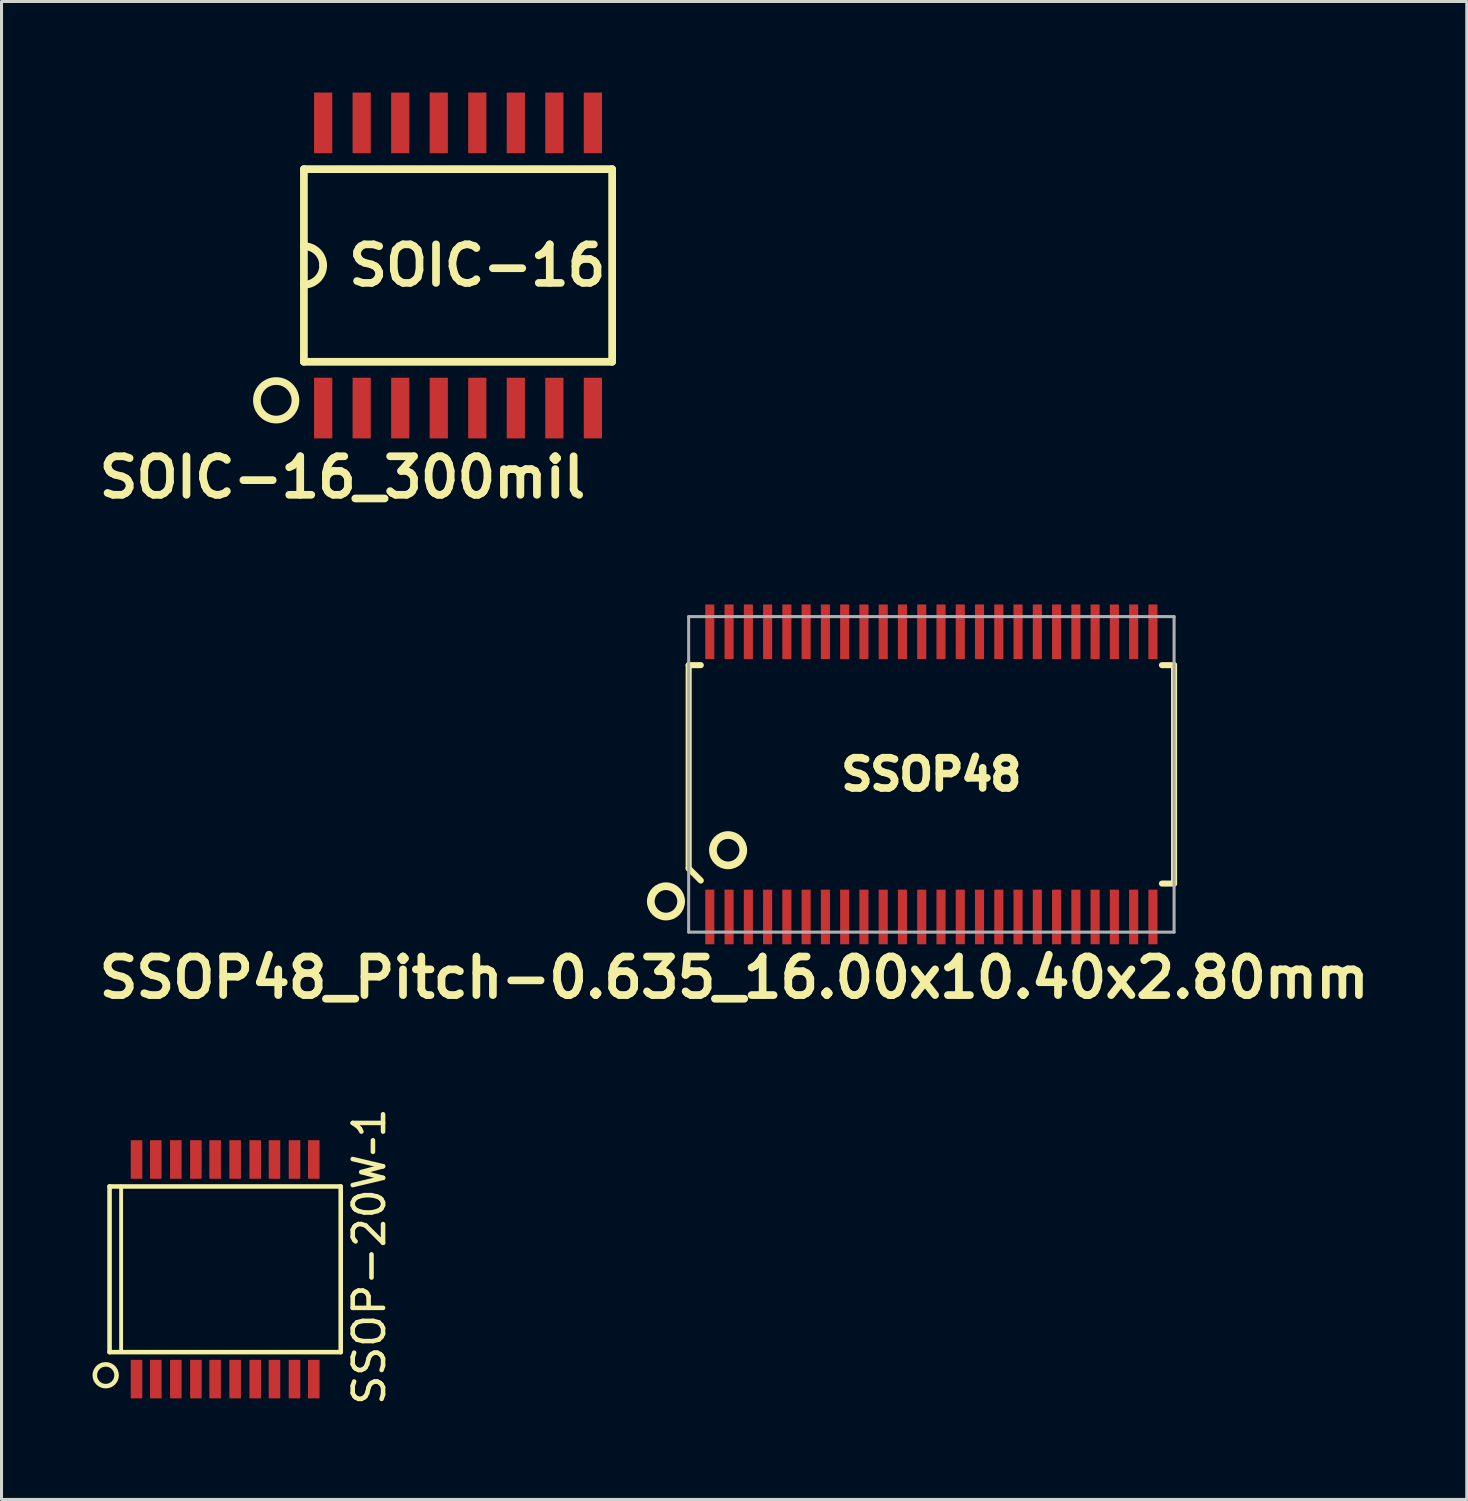
<source format=kicad_pcb>
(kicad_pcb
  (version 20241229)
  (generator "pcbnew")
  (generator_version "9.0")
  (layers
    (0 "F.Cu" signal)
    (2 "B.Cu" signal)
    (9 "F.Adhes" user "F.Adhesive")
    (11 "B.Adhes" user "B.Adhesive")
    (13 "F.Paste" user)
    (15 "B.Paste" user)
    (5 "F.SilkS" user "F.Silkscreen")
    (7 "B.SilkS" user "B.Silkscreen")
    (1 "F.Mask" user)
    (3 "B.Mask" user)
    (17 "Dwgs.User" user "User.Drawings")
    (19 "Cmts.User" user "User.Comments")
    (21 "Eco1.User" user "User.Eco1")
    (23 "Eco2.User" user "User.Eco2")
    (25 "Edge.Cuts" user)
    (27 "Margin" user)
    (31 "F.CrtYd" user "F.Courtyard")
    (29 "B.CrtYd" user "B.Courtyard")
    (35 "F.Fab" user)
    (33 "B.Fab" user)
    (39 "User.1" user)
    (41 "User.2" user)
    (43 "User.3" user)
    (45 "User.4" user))
  (footprint "SOIC-16_300mil"
    (layer "F.Cu")
    (at 12.047 5.7)
    (property "Reference" "SOIC-16_300mil" (at -3.81 6.985 0) (layer "F.SilkS") (effects (font (size 1.27 1.27) (thickness 0.254))))
    (attr smd)
    (fp_line (start -5.08 -3.175) (end 5.08 -3.175) (stroke (width 0.254) (type solid)) (layer "F.SilkS"))
    (fp_line (start -5.08 3.175) (end -5.08 -3.175) (stroke (width 0.254) (type solid)) (layer "F.SilkS"))
    (fp_line (start 5.08 -3.175) (end 5.08 3.175) (stroke (width 0.254) (type solid)) (layer "F.SilkS"))
    (fp_line (start 5.08 3.175) (end -5.08 3.175) (stroke (width 0.254) (type solid)) (layer "F.SilkS"))
    (fp_arc (start -5.08 -0.635) (mid -4.630987 -0.449013) (end -4.445 0) (stroke (width 0.254) (type solid)) (layer "F.SilkS"))
    (fp_arc (start -4.445 0) (mid -4.630987 0.449013) (end -5.08 0.635) (stroke (width 0.254) (type solid)) (layer "F.SilkS"))
    (fp_circle (center -5.994 4.445) (end -5.994 3.81) (stroke (width 0.254) (type solid)) (fill no) (layer "F.SilkS"))
    (fp_text user "SOIC-16" (at 0.635 0 0) (layer "F.SilkS") (effects (font (size 1.27 1.27) (thickness 0.254))))
    (pad "1" smd rect (at -4.445 4.7 90) (size 2 0.6) (layers "F.Cu" "F.Mask" "F.Paste"))
    (pad "2" smd rect (at -3.175 4.7 90) (size 2 0.6) (layers "F.Cu" "F.Mask" "F.Paste"))
    (pad "3" smd rect (at -1.905 4.7 90) (size 2 0.6) (layers "F.Cu" "F.Mask" "F.Paste"))
    (pad "4" smd rect (at -0.635 4.7 90) (size 2 0.6) (layers "F.Cu" "F.Mask" "F.Paste"))
    (pad "5" smd rect (at 0.635 4.7 90) (size 2 0.6) (layers "F.Cu" "F.Mask" "F.Paste"))
    (pad "6" smd rect (at 1.905 4.7 90) (size 2 0.6) (layers "F.Cu" "F.Mask" "F.Paste"))
    (pad "7" smd rect (at 3.175 4.7 90) (size 2 0.6) (layers "F.Cu" "F.Mask" "F.Paste"))
    (pad "8" smd rect (at 4.445 4.7 90) (size 2 0.6) (layers "F.Cu" "F.Mask" "F.Paste"))
    (pad "9" smd rect (at 4.445 -4.7 90) (size 2 0.6) (layers "F.Cu" "F.Mask" "F.Paste"))
    (pad "10" smd rect (at 3.175 -4.7 90) (size 2 0.6) (layers "F.Cu" "F.Mask" "F.Paste"))
    (pad "11" smd rect (at 1.905 -4.7 90) (size 2 0.6) (layers "F.Cu" "F.Mask" "F.Paste"))
    (pad "12" smd rect (at 0.635 -4.7 90) (size 2 0.6) (layers "F.Cu" "F.Mask" "F.Paste"))
    (pad "13" smd rect (at -0.635 -4.7 90) (size 2 0.6) (layers "F.Cu" "F.Mask" "F.Paste"))
    (pad "14" smd rect (at -1.905 -4.7 90) (size 2 0.6) (layers "F.Cu" "F.Mask" "F.Paste"))
    (pad "15" smd rect (at -3.175 -4.7 90) (size 2 0.6) (layers "F.Cu" "F.Mask" "F.Paste"))
    (pad "16" smd rect (at -4.445 -4.7 90) (size 2 0.6) (layers "F.Cu" "F.Mask" "F.Paste")))
  (footprint "SSOP48_Pitch-0.635_16.00x10.40x2.80mm"
    (layer "F.Cu")
    (at 27.649 22.474)
    (property "Reference" "SSOP48_Pitch-0.635_16.00x10.40x2.80mm" (at -6.5 6.7 0) (layer "F.SilkS") (effects (font (size 1.27 1.27) (thickness 0.254))))
    (attr smd)
    (fp_line (start -8 -3.6) (end -8 3.1) (stroke (width 0.2) (type solid)) (layer "F.SilkS"))
    (fp_line (start -8 3.1) (end -7.6 3.5) (stroke (width 0.2) (type solid)) (layer "F.SilkS"))
    (fp_line (start -7.6 -3.6) (end -8 -3.6) (stroke (width 0.2) (type solid)) (layer "F.SilkS"))
    (fp_line (start 7.6 -3.6) (end 8 -3.6) (stroke (width 0.2) (type solid)) (layer "F.SilkS"))
    (fp_line (start 8 -3.6) (end 8 3.6) (stroke (width 0.2) (type solid)) (layer "F.SilkS"))
    (fp_line (start 8 3.6) (end 7.6 3.6) (stroke (width 0.2) (type solid)) (layer "F.SilkS"))
    (fp_circle (center -8.748 4.187) (end -8.248 4.187) (stroke (width 0.254) (type solid)) (fill no) (layer "F.SilkS"))
    (fp_circle (center -6.7 2.5) (end -6.2 2.5) (stroke (width 0.254) (type solid)) (fill no) (layer "F.SilkS"))
    (fp_line (start -8 -5.2) (end 8 -5.2) (stroke (width 0.1) (type solid)) (layer "F.Fab"))
    (fp_line (start -8 5.2) (end -8 -5.2) (stroke (width 0.1) (type solid)) (layer "F.Fab"))
    (fp_line (start 8 -5.2) (end 8 5.2) (stroke (width 0.1) (type solid)) (layer "F.Fab"))
    (fp_line (start 8 5.2) (end -8 5.2) (stroke (width 0.1) (type solid)) (layer "F.Fab"))
    (fp_text user "SSOP48" (at 0 0 0) (layer "F.SilkS") (effects (font (size 1 1) (thickness 0.25))))
    (pad "1" smd rect (at -7.303 4.7) (size 0.3 1.8) (layers "F.Cu" "F.Mask" "F.Paste"))
    (pad "2" smd rect (at -6.668 4.7) (size 0.3 1.8) (layers "F.Cu" "F.Mask" "F.Paste"))
    (pad "3" smd rect (at -6.032 4.7) (size 0.3 1.8) (layers "F.Cu" "F.Mask" "F.Paste"))
    (pad "4" smd rect (at -5.397 4.7) (size 0.3 1.8) (layers "F.Cu" "F.Mask" "F.Paste"))
    (pad "5" smd rect (at -4.763 4.7) (size 0.3 1.8) (layers "F.Cu" "F.Mask" "F.Paste"))
    (pad "6" smd rect (at -4.128 4.7) (size 0.3 1.8) (layers "F.Cu" "F.Mask" "F.Paste"))
    (pad "7" smd rect (at -3.493 4.7) (size 0.3 1.8) (layers "F.Cu" "F.Mask" "F.Paste"))
    (pad "8" smd rect (at -2.857 4.7) (size 0.3 1.8) (layers "F.Cu" "F.Mask" "F.Paste"))
    (pad "9" smd rect (at -2.223 4.7) (size 0.3 1.8) (layers "F.Cu" "F.Mask" "F.Paste"))
    (pad "10" smd rect (at -1.587 4.7) (size 0.3 1.8) (layers "F.Cu" "F.Mask" "F.Paste"))
    (pad "11" smd rect (at -0.953 4.7) (size 0.3 1.8) (layers "F.Cu" "F.Mask" "F.Paste"))
    (pad "12" smd rect (at -0.318 4.7) (size 0.3 1.8) (layers "F.Cu" "F.Mask" "F.Paste"))
    (pad "13" smd rect (at 0.318 4.7) (size 0.3 1.8) (layers "F.Cu" "F.Mask" "F.Paste"))
    (pad "14" smd rect (at 0.953 4.7) (size 0.3 1.8) (layers "F.Cu" "F.Mask" "F.Paste"))
    (pad "15" smd rect (at 1.587 4.7) (size 0.3 1.8) (layers "F.Cu" "F.Mask" "F.Paste"))
    (pad "16" smd rect (at 2.223 4.7) (size 0.3 1.8) (layers "F.Cu" "F.Mask" "F.Paste"))
    (pad "17" smd rect (at 2.857 4.7) (size 0.3 1.8) (layers "F.Cu" "F.Mask" "F.Paste"))
    (pad "18" smd rect (at 3.493 4.7) (size 0.3 1.8) (layers "F.Cu" "F.Mask" "F.Paste"))
    (pad "19" smd rect (at 4.128 4.7) (size 0.3 1.8) (layers "F.Cu" "F.Mask" "F.Paste"))
    (pad "20" smd rect (at 4.763 4.7) (size 0.3 1.8) (layers "F.Cu" "F.Mask" "F.Paste"))
    (pad "21" smd rect (at 5.397 4.7) (size 0.3 1.8) (layers "F.Cu" "F.Mask" "F.Paste"))
    (pad "22" smd rect (at 6.032 4.7) (size 0.3 1.8) (layers "F.Cu" "F.Mask" "F.Paste"))
    (pad "23" smd rect (at 6.668 4.7) (size 0.3 1.8) (layers "F.Cu" "F.Mask" "F.Paste"))
    (pad "24" smd rect (at 7.303 4.7) (size 0.3 1.8) (layers "F.Cu" "F.Mask" "F.Paste"))
    (pad "25" smd rect (at 7.303 -4.7) (size 0.3 1.8) (layers "F.Cu" "F.Mask" "F.Paste"))
    (pad "26" smd rect (at 6.668 -4.7) (size 0.3 1.8) (layers "F.Cu" "F.Mask" "F.Paste"))
    (pad "27" smd rect (at 6.032 -4.7) (size 0.3 1.8) (layers "F.Cu" "F.Mask" "F.Paste"))
    (pad "28" smd rect (at 5.397 -4.7) (size 0.3 1.8) (layers "F.Cu" "F.Mask" "F.Paste"))
    (pad "29" smd rect (at 4.763 -4.7) (size 0.3 1.8) (layers "F.Cu" "F.Mask" "F.Paste"))
    (pad "30" smd rect (at 4.128 -4.7) (size 0.3 1.8) (layers "F.Cu" "F.Mask" "F.Paste"))
    (pad "31" smd rect (at 3.493 -4.7) (size 0.3 1.8) (layers "F.Cu" "F.Mask" "F.Paste"))
    (pad "32" smd rect (at 2.857 -4.7) (size 0.3 1.8) (layers "F.Cu" "F.Mask" "F.Paste"))
    (pad "33" smd rect (at 2.223 -4.7) (size 0.3 1.8) (layers "F.Cu" "F.Mask" "F.Paste"))
    (pad "34" smd rect (at 1.587 -4.7) (size 0.3 1.8) (layers "F.Cu" "F.Mask" "F.Paste"))
    (pad "35" smd rect (at 0.953 -4.7) (size 0.3 1.8) (layers "F.Cu" "F.Mask" "F.Paste"))
    (pad "36" smd rect (at 0.318 -4.7) (size 0.3 1.8) (layers "F.Cu" "F.Mask" "F.Paste"))
    (pad "37" smd rect (at -0.318 -4.7) (size 0.3 1.8) (layers "F.Cu" "F.Mask" "F.Paste"))
    (pad "38" smd rect (at -0.953 -4.7) (size 0.3 1.8) (layers "F.Cu" "F.Mask" "F.Paste"))
    (pad "39" smd rect (at -1.587 -4.7) (size 0.3 1.8) (layers "F.Cu" "F.Mask" "F.Paste"))
    (pad "40" smd rect (at -2.223 -4.7) (size 0.3 1.8) (layers "F.Cu" "F.Mask" "F.Paste"))
    (pad "41" smd rect (at -2.857 -4.7) (size 0.3 1.8) (layers "F.Cu" "F.Mask" "F.Paste"))
    (pad "42" smd rect (at -3.493 -4.7) (size 0.3 1.8) (layers "F.Cu" "F.Mask" "F.Paste"))
    (pad "43" smd rect (at -4.128 -4.7) (size 0.3 1.8) (layers "F.Cu" "F.Mask" "F.Paste"))
    (pad "44" smd rect (at -4.763 -4.7) (size 0.3 1.8) (layers "F.Cu" "F.Mask" "F.Paste"))
    (pad "45" smd rect (at -5.397 -4.7) (size 0.3 1.8) (layers "F.Cu" "F.Mask" "F.Paste"))
    (pad "46" smd rect (at -6.032 -4.7) (size 0.3 1.8) (layers "F.Cu" "F.Mask" "F.Paste"))
    (pad "47" smd rect (at -6.668 -4.7) (size 0.3 1.8) (layers "F.Cu" "F.Mask" "F.Paste"))
    (pad "48" smd rect (at -7.303 -4.7) (size 0.3 1.8) (layers "F.Cu" "F.Mask" "F.Paste")))
  (footprint "SSOP-20W–1"
    (layer "F.Cu")
    (at 4.371 39.74)
    (property "Reference" "SSOP-20W–1" (at 4.75 -1.372 90) (layer "F.SilkS") (effects (font (size 1 1) (thickness 0.15))))
    (attr smd)
    (fp_line (start -3.81 1.778) (end -3.81 -3.683) (stroke (width 0.15) (type solid)) (layer "F.SilkS"))
    (fp_line (start -3.81 1.778) (end 3.81 1.778) (stroke (width 0.15) (type solid)) (layer "F.SilkS"))
    (fp_line (start -3.429 -3.683) (end -3.429 1.778) (stroke (width 0.127) (type solid)) (layer "F.SilkS"))
    (fp_line (start 3.81 -3.683) (end -3.81 -3.683) (stroke (width 0.15) (type solid)) (layer "F.SilkS"))
    (fp_line (start 3.81 -3.683) (end 3.81 1.778) (stroke (width 0.15) (type solid)) (layer "F.SilkS"))
    (fp_circle (center -3.937 2.54) (end -4.191 2.286) (stroke (width 0.15) (type solid)) (fill no) (layer "F.SilkS"))
    (pad "1" smd rect (at -2.921 2.667) (size 0.381 1.27) (layers "F.Cu" "F.Mask" "F.Paste"))
    (pad "2" smd rect (at -2.286 2.667) (size 0.381 1.27) (layers "F.Cu" "F.Mask" "F.Paste"))
    (pad "3" smd rect (at -1.626 2.667) (size 0.381 1.27) (layers "F.Cu" "F.Mask" "F.Paste"))
    (pad "4" smd rect (at -0.965 2.667) (size 0.381 1.27) (layers "F.Cu" "F.Mask" "F.Paste"))
    (pad "5" smd rect (at -0.33 2.667) (size 0.381 1.27) (layers "F.Cu" "F.Mask" "F.Paste"))
    (pad "6" smd rect (at 0.33 2.667) (size 0.381 1.27) (layers "F.Cu" "F.Mask" "F.Paste"))
    (pad "7" smd rect (at 0.991 2.667) (size 0.381 1.27) (layers "F.Cu" "F.Mask" "F.Paste"))
    (pad "8" smd rect (at 1.626 2.667) (size 0.381 1.27) (layers "F.Cu" "F.Mask" "F.Paste"))
    (pad "9" smd rect (at 2.286 2.667) (size 0.381 1.27) (layers "F.Cu" "F.Mask" "F.Paste"))
    (pad "10" smd rect (at 2.921 2.667) (size 0.381 1.27) (layers "F.Cu" "F.Mask" "F.Paste"))
    (pad "11" smd rect (at 2.921 -4.572) (size 0.381 1.27) (layers "F.Cu" "F.Mask" "F.Paste"))
    (pad "12" smd rect (at 2.286 -4.572) (size 0.381 1.27) (layers "F.Cu" "F.Mask" "F.Paste"))
    (pad "13" smd rect (at 1.626 -4.572) (size 0.381 1.27) (layers "F.Cu" "F.Mask" "F.Paste"))
    (pad "14" smd rect (at 0.991 -4.572) (size 0.381 1.27) (layers "F.Cu" "F.Mask" "F.Paste"))
    (pad "15" smd rect (at 0.33 -4.572) (size 0.381 1.27) (layers "F.Cu" "F.Mask" "F.Paste"))
    (pad "16" smd rect (at -0.33 -4.572) (size 0.381 1.27) (layers "F.Cu" "F.Mask" "F.Paste"))
    (pad "17" smd rect (at -0.965 -4.572) (size 0.381 1.27) (layers "F.Cu" "F.Mask" "F.Paste"))
    (pad "18" smd rect (at -1.626 -4.572) (size 0.381 1.27) (layers "F.Cu" "F.Mask" "F.Paste"))
    (pad "19" smd rect (at -2.286 -4.572) (size 0.381 1.27) (layers "F.Cu" "F.Mask" "F.Paste"))
    (pad "20" smd rect (at -2.921 -4.572) (size 0.381 1.27) (layers "F.Cu" "F.Mask" "F.Paste")))
  (gr_rect
    (start -3 -3)
    (end 45.297 46.374)
    (stroke (width 0.1) (type default))
    (fill no)
    (layer "Edge.Cuts")))
</source>
